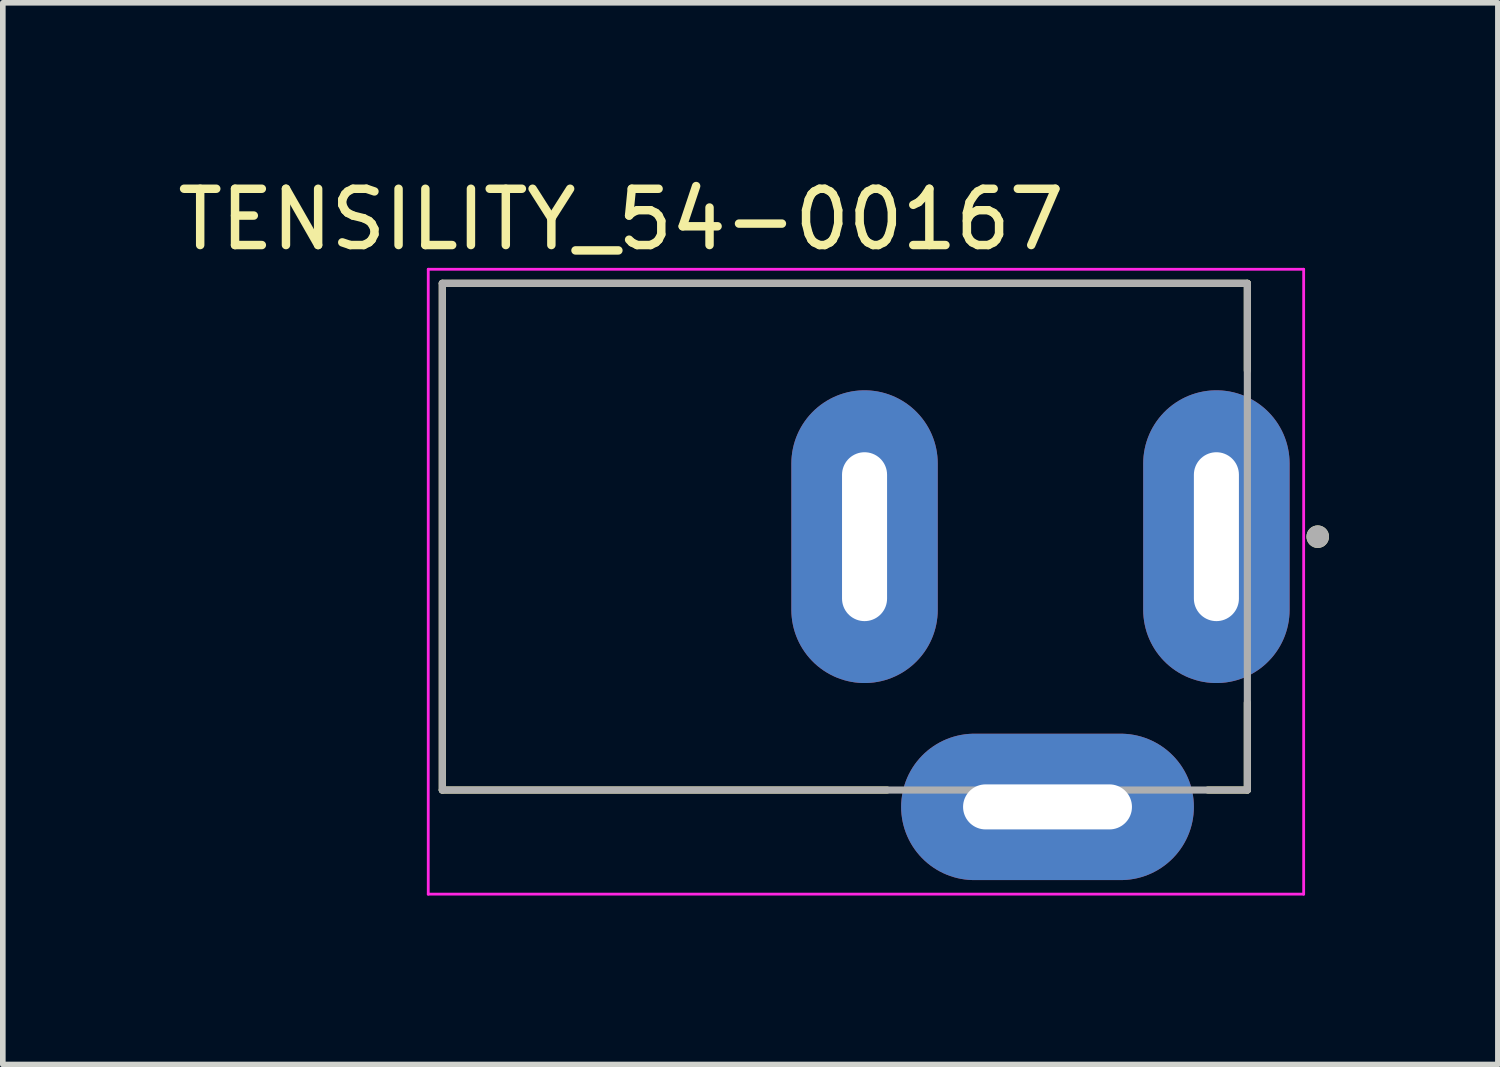
<source format=kicad_pcb>
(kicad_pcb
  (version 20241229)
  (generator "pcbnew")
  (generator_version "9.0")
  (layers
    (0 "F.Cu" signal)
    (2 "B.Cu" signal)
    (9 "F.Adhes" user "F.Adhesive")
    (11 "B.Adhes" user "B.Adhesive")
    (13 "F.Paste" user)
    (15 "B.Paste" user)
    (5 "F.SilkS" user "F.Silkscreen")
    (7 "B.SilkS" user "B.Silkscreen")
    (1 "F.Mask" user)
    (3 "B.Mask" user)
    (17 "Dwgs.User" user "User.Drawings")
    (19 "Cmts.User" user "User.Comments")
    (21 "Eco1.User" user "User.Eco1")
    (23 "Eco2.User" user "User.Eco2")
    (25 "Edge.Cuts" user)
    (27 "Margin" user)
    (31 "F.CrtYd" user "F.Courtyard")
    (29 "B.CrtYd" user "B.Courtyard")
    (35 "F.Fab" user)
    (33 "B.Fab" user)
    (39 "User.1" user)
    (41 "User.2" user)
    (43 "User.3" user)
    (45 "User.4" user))
  (footprint "TENSILITY_54-00167"
    (layer "F.Cu")
    (at 4.807 6.483)
    (property "Reference" "TENSILITY_54-00167" (at 3.175 -5.635 0) (layer "F.SilkS") (effects (font (size 1 1) (thickness 0.15))))
    (attr through_hole)
    (fp_line (start 0 -4.5) (end 14.3 -4.5) (stroke (width 0.127) (type solid)) (layer "F.SilkS"))
    (fp_line (start 0 4.5) (end 0 -4.5) (stroke (width 0.127) (type solid)) (layer "F.SilkS"))
    (fp_line (start 7.9 4.5) (end 0 4.5) (stroke (width 0.127) (type solid)) (layer "F.SilkS"))
    (fp_line (start 14.3 -4.5) (end 14.3 -2.95) (stroke (width 0.127) (type solid)) (layer "F.SilkS"))
    (fp_line (start 14.3 2.95) (end 14.3 4.5) (stroke (width 0.127) (type solid)) (layer "F.SilkS"))
    (fp_line (start 14.3 4.5) (end 13.6 4.5) (stroke (width 0.127) (type solid)) (layer "F.SilkS"))
    (fp_circle (center 15.55 0) (end 15.65 0) (stroke (width 0.2) (type solid)) (fill no) (layer "F.SilkS"))
    (fp_line (start -0.25 -4.75) (end 15.3 -4.75) (stroke (width 0.05) (type solid)) (layer "F.CrtYd"))
    (fp_line (start -0.25 6.35) (end -0.25 -4.75) (stroke (width 0.05) (type solid)) (layer "F.CrtYd"))
    (fp_line (start 15.3 -4.75) (end 15.3 6.35) (stroke (width 0.05) (type solid)) (layer "F.CrtYd"))
    (fp_line (start 15.3 6.35) (end -0.25 6.35) (stroke (width 0.05) (type solid)) (layer "F.CrtYd"))
    (fp_line (start 0 -4.5) (end 14.3 -4.5) (stroke (width 0.127) (type solid)) (layer "F.Fab"))
    (fp_line (start 0 4.5) (end 0 -4.5) (stroke (width 0.127) (type solid)) (layer "F.Fab"))
    (fp_line (start 14.3 -4.5) (end 14.3 4.5) (stroke (width 0.127) (type solid)) (layer "F.Fab"))
    (fp_line (start 14.3 4.5) (end 0 4.5) (stroke (width 0.127) (type solid)) (layer "F.Fab"))
    (fp_circle (center 15.55 0) (end 15.65 0) (stroke (width 0.2) (type solid)) (fill no) (layer "F.Fab"))
    (pad "1" thru_hole oval (at 13.75 0) (size 2.6 5.2) (drill oval 0.8 3) (layers "*.Cu" "*.Mask"))
    (pad "2" thru_hole oval (at 7.5 0) (size 2.6 5.2) (drill oval 0.8 3) (layers "*.Cu" "*.Mask"))
    (pad "3" thru_hole oval (at 10.75 4.8) (size 5.2 2.6) (drill oval 3 0.8) (layers "*.Cu" "*.Mask")))
  (gr_rect
    (start -3 -3)
    (end 23.557 15.858)
    (stroke (width 0.1) (type default))
    (fill no)
    (layer "Edge.Cuts")))
</source>
